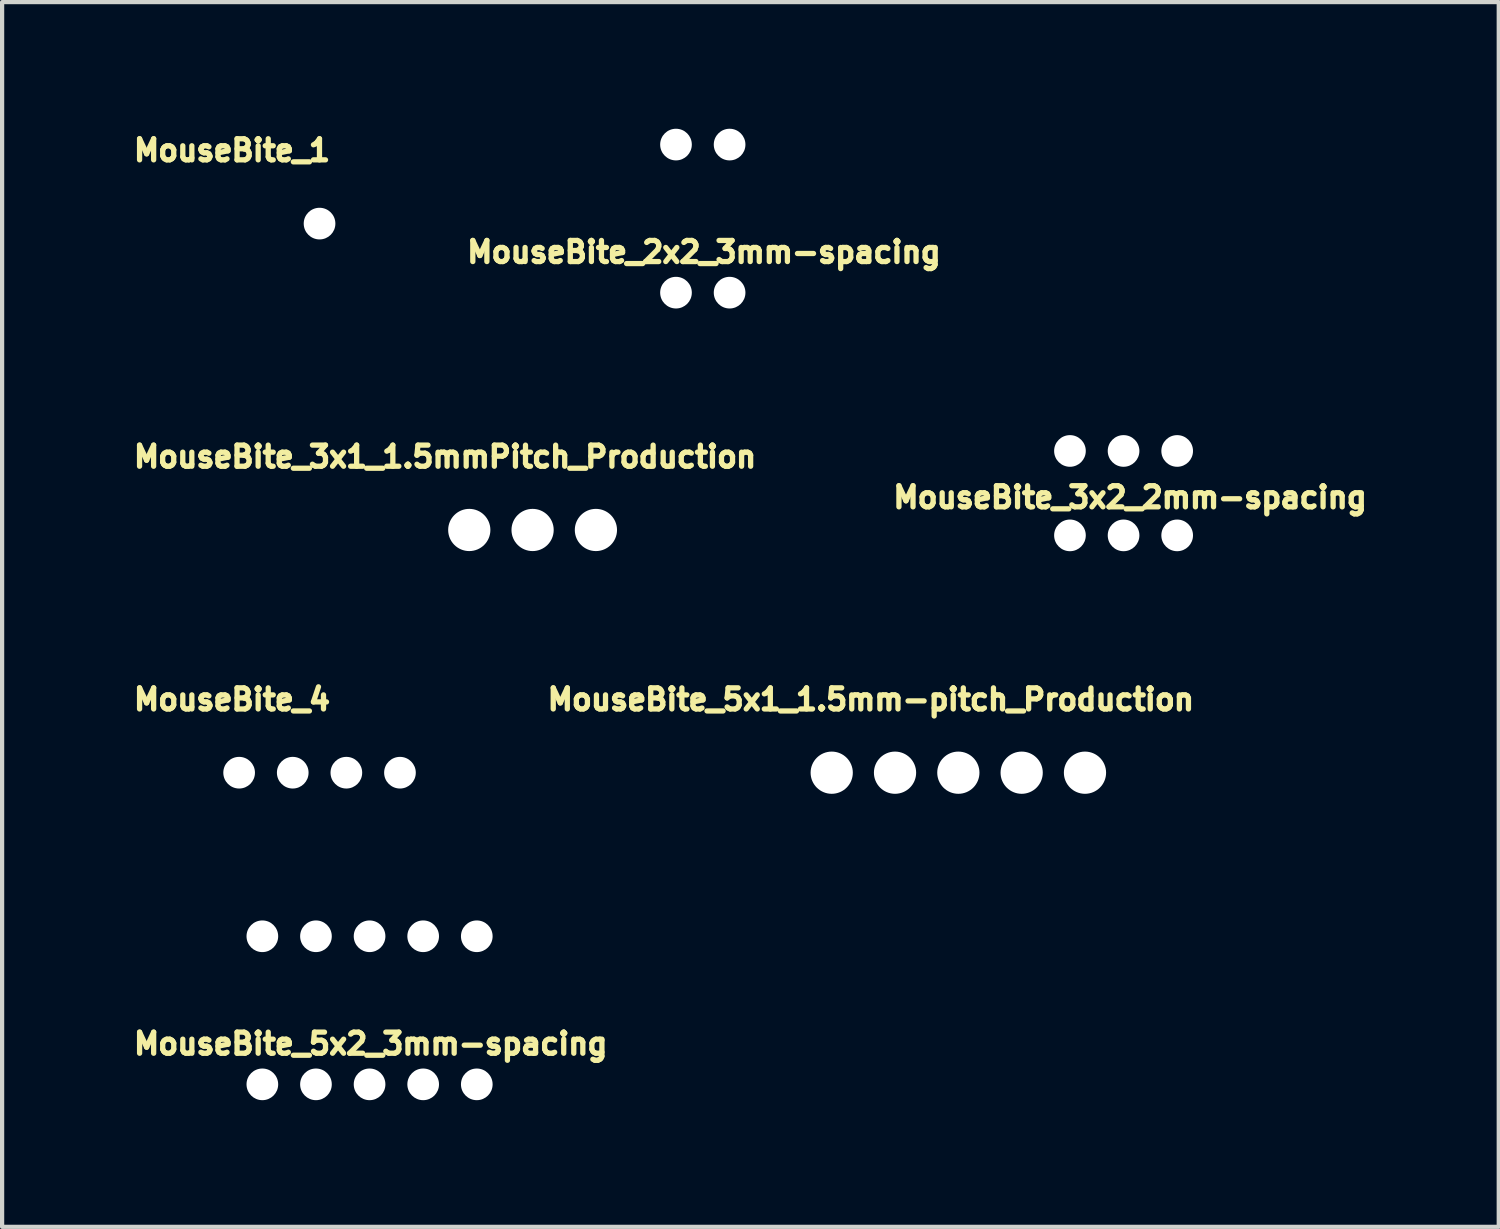
<source format=kicad_pcb>
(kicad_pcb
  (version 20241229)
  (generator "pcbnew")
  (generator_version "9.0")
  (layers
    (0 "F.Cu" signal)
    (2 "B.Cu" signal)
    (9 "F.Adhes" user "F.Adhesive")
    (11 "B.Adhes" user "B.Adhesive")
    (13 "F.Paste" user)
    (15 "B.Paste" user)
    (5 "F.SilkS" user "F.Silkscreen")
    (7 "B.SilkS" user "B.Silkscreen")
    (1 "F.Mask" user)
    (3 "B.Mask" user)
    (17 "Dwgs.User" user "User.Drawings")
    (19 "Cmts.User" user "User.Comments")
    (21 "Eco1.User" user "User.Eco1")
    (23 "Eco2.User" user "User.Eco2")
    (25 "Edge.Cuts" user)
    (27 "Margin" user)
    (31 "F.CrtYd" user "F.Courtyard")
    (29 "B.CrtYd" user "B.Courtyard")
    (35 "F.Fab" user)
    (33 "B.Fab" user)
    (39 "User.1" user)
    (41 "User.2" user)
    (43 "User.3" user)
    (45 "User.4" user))
  (footprint "MouseBite_5x2_3mm-spacing"
    (layer "F.Cu")
    (at 5.705 20.884)
    (property "Reference" "MouseBite_5x2_3mm-spacing" (at 0.028 0.792 0) (layer "F.SilkS") (effects (font (size 0.5 0.5) (thickness 0.125))))
    (attr through_hole)
    (pad "" np_thru_hole circle (at -2.54 -1.754) (size 0.75 0.75) (drill 0.75) (layers "*.Cu" "*.Mask"))
    (pad "" np_thru_hole circle (at -2.54 1.754) (size 0.75 0.75) (drill 0.75) (layers "*.Cu" "*.Mask"))
    (pad "" np_thru_hole circle (at -1.27 -1.754) (size 0.75 0.75) (drill 0.75) (layers "*.Cu" "*.Mask"))
    (pad "" np_thru_hole circle (at -1.27 1.754) (size 0.75 0.75) (drill 0.75) (layers "*.Cu" "*.Mask"))
    (pad "" np_thru_hole circle (at 0 -1.754) (size 0.75 0.75) (drill 0.75) (layers "*.Cu" "*.Mask"))
    (pad "" np_thru_hole circle (at 0 1.754) (size 0.75 0.75) (drill 0.75) (layers "*.Cu" "*.Mask"))
    (pad "" np_thru_hole circle (at 1.27 -1.754) (size 0.75 0.75) (drill 0.75) (layers "*.Cu" "*.Mask"))
    (pad "" np_thru_hole circle (at 1.27 1.754) (size 0.75 0.75) (drill 0.75) (layers "*.Cu" "*.Mask"))
    (pad "" np_thru_hole circle (at 2.54 -1.754) (size 0.75 0.75) (drill 0.75) (layers "*.Cu" "*.Mask"))
    (pad "" np_thru_hole circle (at 2.54 1.754) (size 0.75 0.75) (drill 0.75) (layers "*.Cu" "*.Mask")))
  (footprint "MouseBite_3x1_1.5mmPitch_Production"
    (layer "F.Cu")
    (at 9.567 9.505)
    (property "Reference" "MouseBite_3x1_1.5mmPitch_Production" (at -2.073 -1.735 0) (layer "F.SilkS") (effects (font (size 0.5 0.5) (thickness 0.125))))
    (attr through_hole)
    (pad "" np_thru_hole circle (at -1.5 0) (size 1 1) (drill 1) (layers "*.Cu" "*.Mask"))
    (pad "" np_thru_hole circle (at 0 0) (size 1 1) (drill 1) (layers "*.Cu" "*.Mask"))
    (pad "" np_thru_hole circle (at 1.5 0) (size 1 1) (drill 1) (layers "*.Cu" "*.Mask")))
  (footprint "MouseBite_1"
    (layer "F.Cu")
    (at 4.52 2.247)
    (property "Reference" "MouseBite_1" (at -2.073 -1.735 0) (layer "F.SilkS") (effects (font (size 0.5 0.5) (thickness 0.125))))
    (attr through_hole)
    (pad "" np_thru_hole circle (at 0 0) (size 0.75 0.75) (drill 0.75) (layers "*.Cu" "*.Mask")))
  (footprint "MouseBite_3x2_2mm-spacing"
    (layer "F.Cu")
    (at 23.567 8.633)
    (property "Reference" "MouseBite_3x2_2mm-spacing" (at 0.155 0.099 0) (layer "F.SilkS") (effects (font (size 0.5 0.5) (thickness 0.125))))
    (attr through_hole)
    (pad "" np_thru_hole circle (at -1.27 -1) (size 0.75 0.75) (drill 0.75) (layers "*.Cu" "*.Mask"))
    (pad "" np_thru_hole circle (at -1.27 1) (size 0.75 0.75) (drill 0.75) (layers "*.Cu" "*.Mask"))
    (pad "" np_thru_hole circle (at 0 -1) (size 0.75 0.75) (drill 0.75) (layers "*.Cu" "*.Mask"))
    (pad "" np_thru_hole circle (at 0 1) (size 0.75 0.75) (drill 0.75) (layers "*.Cu" "*.Mask"))
    (pad "" np_thru_hole circle (at 1.27 -1) (size 0.75 0.75) (drill 0.75) (layers "*.Cu" "*.Mask"))
    (pad "" np_thru_hole circle (at 1.27 1) (size 0.75 0.75) (drill 0.75) (layers "*.Cu" "*.Mask")))
  (footprint "MouseBite_5x1_1.5mm-pitch_Production"
    (layer "F.Cu")
    (at 19.653 15.255)
    (property "Reference" "MouseBite_5x1_1.5mm-pitch_Production" (at -2.073 -1.735 0) (layer "F.SilkS") (effects (font (size 0.5 0.5) (thickness 0.125))))
    (attr through_hole)
    (pad "" np_thru_hole circle (at -3 0) (size 1 1) (drill 1) (layers "*.Cu" "*.Mask"))
    (pad "" np_thru_hole circle (at -1.5 0) (size 1 1) (drill 1) (layers "*.Cu" "*.Mask"))
    (pad "" np_thru_hole circle (at 0 0) (size 1 1) (drill 1) (layers "*.Cu" "*.Mask"))
    (pad "" np_thru_hole circle (at 1.5 0) (size 1 1) (drill 1) (layers "*.Cu" "*.Mask"))
    (pad "" np_thru_hole circle (at 3 0) (size 1 1) (drill 1) (layers "*.Cu" "*.Mask")))
  (footprint "MouseBite_4"
    (layer "F.Cu")
    (at 4.52 15.255)
    (property "Reference" "MouseBite_4" (at -2.073 -1.735 0) (layer "F.SilkS") (effects (font (size 0.5 0.5) (thickness 0.125))))
    (attr through_hole)
    (pad "" np_thru_hole circle (at -1.905 0) (size 0.75 0.75) (drill 0.75) (layers "*.Cu" "*.Mask"))
    (pad "" np_thru_hole circle (at -0.635 0) (size 0.75 0.75) (drill 0.75) (layers "*.Cu" "*.Mask"))
    (pad "" np_thru_hole circle (at 0.635 0) (size 0.75 0.75) (drill 0.75) (layers "*.Cu" "*.Mask"))
    (pad "" np_thru_hole circle (at 1.905 0) (size 0.75 0.75) (drill 0.75) (layers "*.Cu" "*.Mask")))
  (footprint "MouseBite_2x2_3mm-spacing"
    (layer "F.Cu")
    (at 13.599 2.129)
    (property "Reference" "MouseBite_2x2_3mm-spacing" (at 0.028 0.792 0) (layer "F.SilkS") (effects (font (size 0.5 0.5) (thickness 0.125))))
    (attr through_hole)
    (pad "" np_thru_hole circle (at -0.635 -1.754) (size 0.75 0.75) (drill 0.75) (layers "*.Cu" "*.Mask"))
    (pad "" np_thru_hole circle (at -0.635 1.754) (size 0.75 0.75) (drill 0.75) (layers "*.Cu" "*.Mask"))
    (pad "" np_thru_hole circle (at 0.635 -1.754) (size 0.75 0.75) (drill 0.75) (layers "*.Cu" "*.Mask"))
    (pad "" np_thru_hole circle (at 0.635 1.754) (size 0.75 0.75) (drill 0.75) (layers "*.Cu" "*.Mask")))
  (gr_rect
    (start -3 -3)
    (end 32.455 26.013)
    (stroke (width 0.1) (type default))
    (fill no)
    (layer "Edge.Cuts")))
</source>
